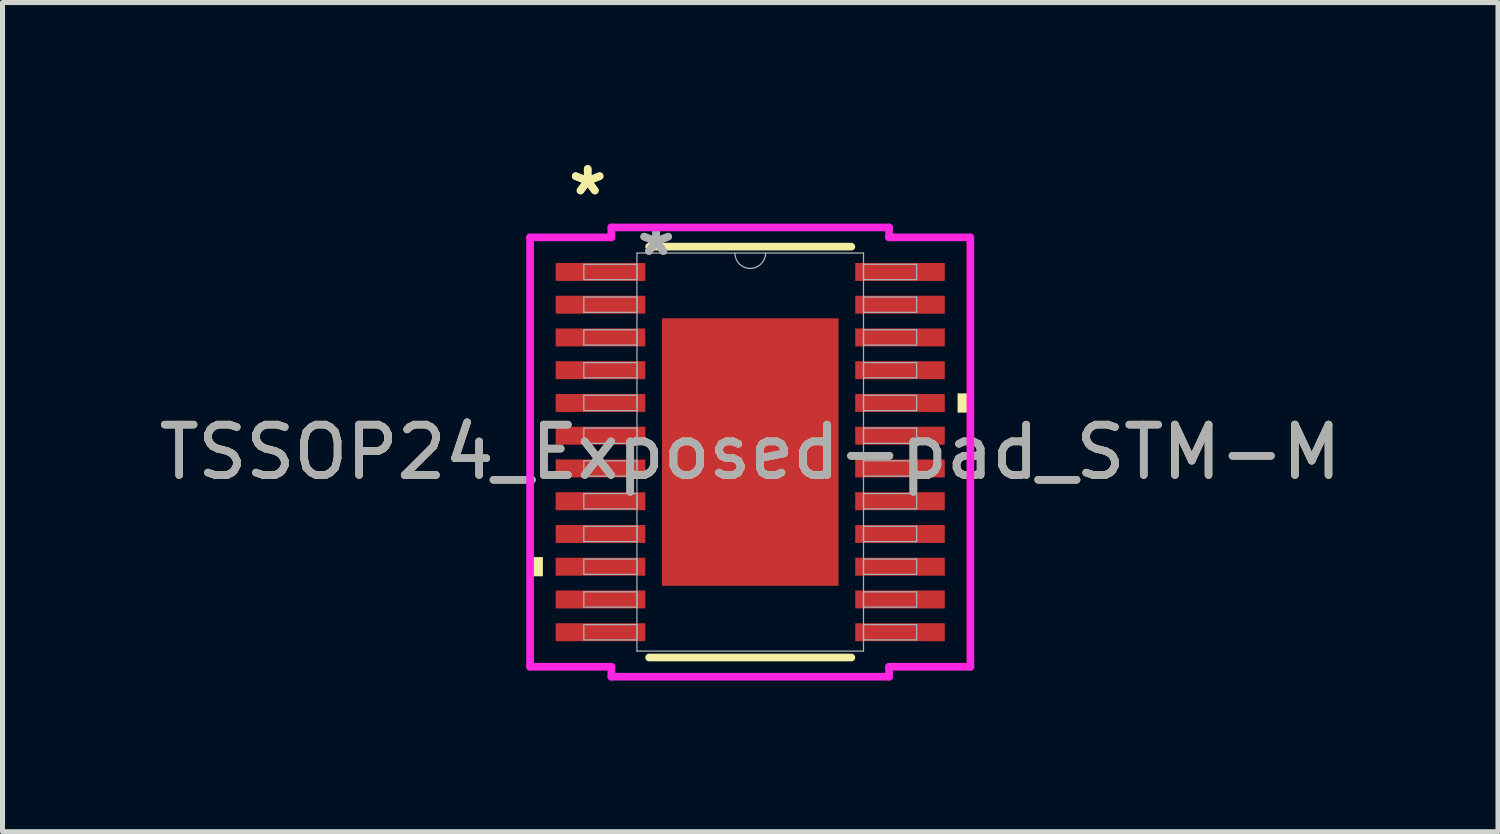
<source format=kicad_pcb>
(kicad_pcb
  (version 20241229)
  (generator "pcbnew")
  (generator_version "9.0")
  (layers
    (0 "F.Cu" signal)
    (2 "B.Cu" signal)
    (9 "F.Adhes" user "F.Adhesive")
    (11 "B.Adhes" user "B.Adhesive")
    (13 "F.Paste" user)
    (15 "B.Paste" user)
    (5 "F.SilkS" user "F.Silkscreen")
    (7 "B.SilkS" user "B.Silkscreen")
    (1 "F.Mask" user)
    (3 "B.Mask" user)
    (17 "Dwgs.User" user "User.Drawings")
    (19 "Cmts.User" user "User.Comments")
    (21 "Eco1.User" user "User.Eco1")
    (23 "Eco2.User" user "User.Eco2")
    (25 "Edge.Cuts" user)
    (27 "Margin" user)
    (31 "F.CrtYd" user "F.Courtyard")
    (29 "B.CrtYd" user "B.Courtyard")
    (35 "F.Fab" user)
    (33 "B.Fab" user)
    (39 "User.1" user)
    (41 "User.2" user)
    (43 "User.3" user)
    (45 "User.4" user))
  (footprint "TSSOP24_Exposed-pad_STM-M"
    (layer "F.Cu")
    (at 11.839 5.922)
    (property "Reference" "TSSOP24_Exposed-pad_STM-M" (at 0 0 0) (unlocked yes) (layer "F.SilkS") (effects (font (size 1 1) (thickness 0.15))))
    (attr smd)
    (fp_line (start -2.007 4.077) (end 2.007 4.077) (stroke (width 0.152) (type solid)) (layer "F.SilkS"))
    (fp_line (start 2.007 -4.077) (end -2.007 -4.077) (stroke (width 0.152) (type solid)) (layer "F.SilkS"))
    (fp_poly (pts (xy -4.369 2.084) (xy -4.369 2.465) (xy -4.115 2.465) (xy -4.115 2.084)) (stroke (width 0) (type solid)) (fill yes) (layer "F.SilkS"))
    (fp_poly (pts (xy 4.369 -1.165) (xy 4.369 -0.784) (xy 4.115 -0.784) (xy 4.115 -1.165)) (stroke (width 0) (type solid)) (fill yes) (layer "F.SilkS"))
    (fp_poly (pts (xy -1.653 -2.554) (xy -1.653 -1.427) (xy -0.1 -1.427) (xy -0.1 -2.554)) (stroke (width 0) (type solid)) (fill yes) (layer "F.Paste"))
    (fp_poly (pts (xy -1.653 -1.227) (xy -1.653 -0.1) (xy -0.1 -0.1) (xy -0.1 -1.227)) (stroke (width 0) (type solid)) (fill yes) (layer "F.Paste"))
    (fp_poly (pts (xy -1.653 0.1) (xy -1.653 1.227) (xy -0.1 1.227) (xy -0.1 0.1)) (stroke (width 0) (type solid)) (fill yes) (layer "F.Paste"))
    (fp_poly (pts (xy -1.653 1.427) (xy -1.653 2.554) (xy -0.1 2.554) (xy -0.1 1.427)) (stroke (width 0) (type solid)) (fill yes) (layer "F.Paste"))
    (fp_poly (pts (xy 0.1 -2.554) (xy 0.1 -1.427) (xy 1.653 -1.427) (xy 1.653 -2.554)) (stroke (width 0) (type solid)) (fill yes) (layer "F.Paste"))
    (fp_poly (pts (xy 0.1 -1.227) (xy 0.1 -0.1) (xy 1.653 -0.1) (xy 1.653 -1.227)) (stroke (width 0) (type solid)) (fill yes) (layer "F.Paste"))
    (fp_poly (pts (xy 0.1 0.1) (xy 0.1 1.227) (xy 1.653 1.227) (xy 1.653 0.1)) (stroke (width 0) (type solid)) (fill yes) (layer "F.Paste"))
    (fp_poly (pts (xy 0.1 1.427) (xy 0.1 2.554) (xy 1.653 2.554) (xy 1.653 1.427)) (stroke (width 0) (type solid)) (fill yes) (layer "F.Paste"))
    (fp_line (start -4.369 -4.261) (end -2.756 -4.261) (stroke (width 0.152) (type solid)) (layer "F.CrtYd"))
    (fp_line (start -4.369 4.261) (end -4.369 -4.261) (stroke (width 0.152) (type solid)) (layer "F.CrtYd"))
    (fp_line (start -4.369 4.261) (end -2.756 4.261) (stroke (width 0.152) (type solid)) (layer "F.CrtYd"))
    (fp_line (start -2.756 -4.458) (end 2.756 -4.458) (stroke (width 0.152) (type solid)) (layer "F.CrtYd"))
    (fp_line (start -2.756 -4.261) (end -2.756 -4.458) (stroke (width 0.152) (type solid)) (layer "F.CrtYd"))
    (fp_line (start -2.756 4.458) (end -2.756 4.261) (stroke (width 0.152) (type solid)) (layer "F.CrtYd"))
    (fp_line (start 2.756 -4.458) (end 2.756 -4.261) (stroke (width 0.152) (type solid)) (layer "F.CrtYd"))
    (fp_line (start 2.756 4.261) (end 2.756 4.458) (stroke (width 0.152) (type solid)) (layer "F.CrtYd"))
    (fp_line (start 2.756 4.458) (end -2.756 4.458) (stroke (width 0.152) (type solid)) (layer "F.CrtYd"))
    (fp_line (start 4.369 -4.261) (end 2.756 -4.261) (stroke (width 0.152) (type solid)) (layer "F.CrtYd"))
    (fp_line (start 4.369 -4.261) (end 4.369 4.261) (stroke (width 0.152) (type solid)) (layer "F.CrtYd"))
    (fp_line (start 4.369 4.261) (end 2.756 4.261) (stroke (width 0.152) (type solid)) (layer "F.CrtYd"))
    (fp_line (start -3.302 -3.727) (end -3.302 -3.423) (stroke (width 0.025) (type solid)) (layer "F.Fab"))
    (fp_line (start -3.302 -3.423) (end -2.248 -3.423) (stroke (width 0.025) (type solid)) (layer "F.Fab"))
    (fp_line (start -3.302 -3.077) (end -3.302 -2.773) (stroke (width 0.025) (type solid)) (layer "F.Fab"))
    (fp_line (start -3.302 -2.773) (end -2.248 -2.773) (stroke (width 0.025) (type solid)) (layer "F.Fab"))
    (fp_line (start -3.302 -2.427) (end -3.302 -2.123) (stroke (width 0.025) (type solid)) (layer "F.Fab"))
    (fp_line (start -3.302 -2.123) (end -2.248 -2.123) (stroke (width 0.025) (type solid)) (layer "F.Fab"))
    (fp_line (start -3.302 -1.777) (end -3.302 -1.473) (stroke (width 0.025) (type solid)) (layer "F.Fab"))
    (fp_line (start -3.302 -1.473) (end -2.248 -1.473) (stroke (width 0.025) (type solid)) (layer "F.Fab"))
    (fp_line (start -3.302 -1.127) (end -3.302 -0.823) (stroke (width 0.025) (type solid)) (layer "F.Fab"))
    (fp_line (start -3.302 -0.823) (end -2.248 -0.823) (stroke (width 0.025) (type solid)) (layer "F.Fab"))
    (fp_line (start -3.302 -0.477) (end -3.302 -0.173) (stroke (width 0.025) (type solid)) (layer "F.Fab"))
    (fp_line (start -3.302 -0.173) (end -2.248 -0.173) (stroke (width 0.025) (type solid)) (layer "F.Fab"))
    (fp_line (start -3.302 0.173) (end -3.302 0.477) (stroke (width 0.025) (type solid)) (layer "F.Fab"))
    (fp_line (start -3.302 0.477) (end -2.248 0.477) (stroke (width 0.025) (type solid)) (layer "F.Fab"))
    (fp_line (start -3.302 0.823) (end -3.302 1.127) (stroke (width 0.025) (type solid)) (layer "F.Fab"))
    (fp_line (start -3.302 1.127) (end -2.248 1.127) (stroke (width 0.025) (type solid)) (layer "F.Fab"))
    (fp_line (start -3.302 1.473) (end -3.302 1.777) (stroke (width 0.025) (type solid)) (layer "F.Fab"))
    (fp_line (start -3.302 1.777) (end -2.248 1.777) (stroke (width 0.025) (type solid)) (layer "F.Fab"))
    (fp_line (start -3.302 2.123) (end -3.302 2.427) (stroke (width 0.025) (type solid)) (layer "F.Fab"))
    (fp_line (start -3.302 2.427) (end -2.248 2.427) (stroke (width 0.025) (type solid)) (layer "F.Fab"))
    (fp_line (start -3.302 2.773) (end -3.302 3.077) (stroke (width 0.025) (type solid)) (layer "F.Fab"))
    (fp_line (start -3.302 3.077) (end -2.248 3.077) (stroke (width 0.025) (type solid)) (layer "F.Fab"))
    (fp_line (start -3.302 3.423) (end -3.302 3.727) (stroke (width 0.025) (type solid)) (layer "F.Fab"))
    (fp_line (start -3.302 3.727) (end -2.248 3.727) (stroke (width 0.025) (type solid)) (layer "F.Fab"))
    (fp_line (start -2.248 -3.95) (end -2.248 3.95) (stroke (width 0.025) (type solid)) (layer "F.Fab"))
    (fp_line (start -2.248 -3.727) (end -3.302 -3.727) (stroke (width 0.025) (type solid)) (layer "F.Fab"))
    (fp_line (start -2.248 -3.423) (end -2.248 -3.727) (stroke (width 0.025) (type solid)) (layer "F.Fab"))
    (fp_line (start -2.248 -3.077) (end -3.302 -3.077) (stroke (width 0.025) (type solid)) (layer "F.Fab"))
    (fp_line (start -2.248 -2.773) (end -2.248 -3.077) (stroke (width 0.025) (type solid)) (layer "F.Fab"))
    (fp_line (start -2.248 -2.427) (end -3.302 -2.427) (stroke (width 0.025) (type solid)) (layer "F.Fab"))
    (fp_line (start -2.248 -2.123) (end -2.248 -2.427) (stroke (width 0.025) (type solid)) (layer "F.Fab"))
    (fp_line (start -2.248 -1.777) (end -3.302 -1.777) (stroke (width 0.025) (type solid)) (layer "F.Fab"))
    (fp_line (start -2.248 -1.473) (end -2.248 -1.777) (stroke (width 0.025) (type solid)) (layer "F.Fab"))
    (fp_line (start -2.248 -1.127) (end -3.302 -1.127) (stroke (width 0.025) (type solid)) (layer "F.Fab"))
    (fp_line (start -2.248 -0.823) (end -2.248 -1.127) (stroke (width 0.025) (type solid)) (layer "F.Fab"))
    (fp_line (start -2.248 -0.477) (end -3.302 -0.477) (stroke (width 0.025) (type solid)) (layer "F.Fab"))
    (fp_line (start -2.248 -0.173) (end -2.248 -0.477) (stroke (width 0.025) (type solid)) (layer "F.Fab"))
    (fp_line (start -2.248 0.173) (end -3.302 0.173) (stroke (width 0.025) (type solid)) (layer "F.Fab"))
    (fp_line (start -2.248 0.477) (end -2.248 0.173) (stroke (width 0.025) (type solid)) (layer "F.Fab"))
    (fp_line (start -2.248 0.823) (end -3.302 0.823) (stroke (width 0.025) (type solid)) (layer "F.Fab"))
    (fp_line (start -2.248 1.127) (end -2.248 0.823) (stroke (width 0.025) (type solid)) (layer "F.Fab"))
    (fp_line (start -2.248 1.473) (end -3.302 1.473) (stroke (width 0.025) (type solid)) (layer "F.Fab"))
    (fp_line (start -2.248 1.777) (end -2.248 1.473) (stroke (width 0.025) (type solid)) (layer "F.Fab"))
    (fp_line (start -2.248 2.123) (end -3.302 2.123) (stroke (width 0.025) (type solid)) (layer "F.Fab"))
    (fp_line (start -2.248 2.427) (end -2.248 2.123) (stroke (width 0.025) (type solid)) (layer "F.Fab"))
    (fp_line (start -2.248 2.773) (end -3.302 2.773) (stroke (width 0.025) (type solid)) (layer "F.Fab"))
    (fp_line (start -2.248 3.077) (end -2.248 2.773) (stroke (width 0.025) (type solid)) (layer "F.Fab"))
    (fp_line (start -2.248 3.423) (end -3.302 3.423) (stroke (width 0.025) (type solid)) (layer "F.Fab"))
    (fp_line (start -2.248 3.727) (end -2.248 3.423) (stroke (width 0.025) (type solid)) (layer "F.Fab"))
    (fp_line (start -2.248 3.95) (end 2.248 3.95) (stroke (width 0.025) (type solid)) (layer "F.Fab"))
    (fp_line (start 2.248 -3.95) (end -2.248 -3.95) (stroke (width 0.025) (type solid)) (layer "F.Fab"))
    (fp_line (start 2.248 -3.727) (end 2.248 -3.423) (stroke (width 0.025) (type solid)) (layer "F.Fab"))
    (fp_line (start 2.248 -3.423) (end 3.302 -3.423) (stroke (width 0.025) (type solid)) (layer "F.Fab"))
    (fp_line (start 2.248 -3.077) (end 2.248 -2.773) (stroke (width 0.025) (type solid)) (layer "F.Fab"))
    (fp_line (start 2.248 -2.773) (end 3.302 -2.773) (stroke (width 0.025) (type solid)) (layer "F.Fab"))
    (fp_line (start 2.248 -2.427) (end 2.248 -2.123) (stroke (width 0.025) (type solid)) (layer "F.Fab"))
    (fp_line (start 2.248 -2.123) (end 3.302 -2.123) (stroke (width 0.025) (type solid)) (layer "F.Fab"))
    (fp_line (start 2.248 -1.777) (end 2.248 -1.473) (stroke (width 0.025) (type solid)) (layer "F.Fab"))
    (fp_line (start 2.248 -1.473) (end 3.302 -1.473) (stroke (width 0.025) (type solid)) (layer "F.Fab"))
    (fp_line (start 2.248 -1.127) (end 2.248 -0.823) (stroke (width 0.025) (type solid)) (layer "F.Fab"))
    (fp_line (start 2.248 -0.823) (end 3.302 -0.823) (stroke (width 0.025) (type solid)) (layer "F.Fab"))
    (fp_line (start 2.248 -0.477) (end 2.248 -0.173) (stroke (width 0.025) (type solid)) (layer "F.Fab"))
    (fp_line (start 2.248 -0.173) (end 3.302 -0.173) (stroke (width 0.025) (type solid)) (layer "F.Fab"))
    (fp_line (start 2.248 0.173) (end 2.248 0.477) (stroke (width 0.025) (type solid)) (layer "F.Fab"))
    (fp_line (start 2.248 0.477) (end 3.302 0.477) (stroke (width 0.025) (type solid)) (layer "F.Fab"))
    (fp_line (start 2.248 0.823) (end 2.248 1.127) (stroke (width 0.025) (type solid)) (layer "F.Fab"))
    (fp_line (start 2.248 1.127) (end 3.302 1.127) (stroke (width 0.025) (type solid)) (layer "F.Fab"))
    (fp_line (start 2.248 1.473) (end 2.248 1.777) (stroke (width 0.025) (type solid)) (layer "F.Fab"))
    (fp_line (start 2.248 1.777) (end 3.302 1.777) (stroke (width 0.025) (type solid)) (layer "F.Fab"))
    (fp_line (start 2.248 2.123) (end 2.248 2.427) (stroke (width 0.025) (type solid)) (layer "F.Fab"))
    (fp_line (start 2.248 2.427) (end 3.302 2.427) (stroke (width 0.025) (type solid)) (layer "F.Fab"))
    (fp_line (start 2.248 2.773) (end 2.248 3.077) (stroke (width 0.025) (type solid)) (layer "F.Fab"))
    (fp_line (start 2.248 3.077) (end 3.302 3.077) (stroke (width 0.025) (type solid)) (layer "F.Fab"))
    (fp_line (start 2.248 3.423) (end 2.248 3.727) (stroke (width 0.025) (type solid)) (layer "F.Fab"))
    (fp_line (start 2.248 3.727) (end 3.302 3.727) (stroke (width 0.025) (type solid)) (layer "F.Fab"))
    (fp_line (start 2.248 3.95) (end 2.248 -3.95) (stroke (width 0.025) (type solid)) (layer "F.Fab"))
    (fp_line (start 3.302 -3.727) (end 2.248 -3.727) (stroke (width 0.025) (type solid)) (layer "F.Fab"))
    (fp_line (start 3.302 -3.423) (end 3.302 -3.727) (stroke (width 0.025) (type solid)) (layer "F.Fab"))
    (fp_line (start 3.302 -3.077) (end 2.248 -3.077) (stroke (width 0.025) (type solid)) (layer "F.Fab"))
    (fp_line (start 3.302 -2.773) (end 3.302 -3.077) (stroke (width 0.025) (type solid)) (layer "F.Fab"))
    (fp_line (start 3.302 -2.427) (end 2.248 -2.427) (stroke (width 0.025) (type solid)) (layer "F.Fab"))
    (fp_line (start 3.302 -2.123) (end 3.302 -2.427) (stroke (width 0.025) (type solid)) (layer "F.Fab"))
    (fp_line (start 3.302 -1.777) (end 2.248 -1.777) (stroke (width 0.025) (type solid)) (layer "F.Fab"))
    (fp_line (start 3.302 -1.473) (end 3.302 -1.777) (stroke (width 0.025) (type solid)) (layer "F.Fab"))
    (fp_line (start 3.302 -1.127) (end 2.248 -1.127) (stroke (width 0.025) (type solid)) (layer "F.Fab"))
    (fp_line (start 3.302 -0.823) (end 3.302 -1.127) (stroke (width 0.025) (type solid)) (layer "F.Fab"))
    (fp_line (start 3.302 -0.477) (end 2.248 -0.477) (stroke (width 0.025) (type solid)) (layer "F.Fab"))
    (fp_line (start 3.302 -0.173) (end 3.302 -0.477) (stroke (width 0.025) (type solid)) (layer "F.Fab"))
    (fp_line (start 3.302 0.173) (end 2.248 0.173) (stroke (width 0.025) (type solid)) (layer "F.Fab"))
    (fp_line (start 3.302 0.477) (end 3.302 0.173) (stroke (width 0.025) (type solid)) (layer "F.Fab"))
    (fp_line (start 3.302 0.823) (end 2.248 0.823) (stroke (width 0.025) (type solid)) (layer "F.Fab"))
    (fp_line (start 3.302 1.127) (end 3.302 0.823) (stroke (width 0.025) (type solid)) (layer "F.Fab"))
    (fp_line (start 3.302 1.473) (end 2.248 1.473) (stroke (width 0.025) (type solid)) (layer "F.Fab"))
    (fp_line (start 3.302 1.777) (end 3.302 1.473) (stroke (width 0.025) (type solid)) (layer "F.Fab"))
    (fp_line (start 3.302 2.123) (end 2.248 2.123) (stroke (width 0.025) (type solid)) (layer "F.Fab"))
    (fp_line (start 3.302 2.427) (end 3.302 2.123) (stroke (width 0.025) (type solid)) (layer "F.Fab"))
    (fp_line (start 3.302 2.773) (end 2.248 2.773) (stroke (width 0.025) (type solid)) (layer "F.Fab"))
    (fp_line (start 3.302 3.077) (end 3.302 2.773) (stroke (width 0.025) (type solid)) (layer "F.Fab"))
    (fp_line (start 3.302 3.423) (end 2.248 3.423) (stroke (width 0.025) (type solid)) (layer "F.Fab"))
    (fp_line (start 3.302 3.727) (end 3.302 3.423) (stroke (width 0.025) (type solid)) (layer "F.Fab"))
    (fp_arc (start 0.3048 -3.9497) (mid 0 -3.6449) (end -0.3048 -3.9497) (stroke (width 0.0254) (type solid)) (layer "F.Fab"))
    (fp_text user "*" (at -3.226 -5.074 0) (layer "F.SilkS") (effects (font (size 1 1) (thickness 0.15))))
    (fp_text user "*" (at -3.226 -5.074 0) (unlocked yes) (layer "F.SilkS") (effects (font (size 1 1) (thickness 0.15))))
    (fp_text user "${REFERENCE}" (at 0 0 0) (unlocked yes) (layer "F.Fab") (effects (font (size 1 1) (thickness 0.15))))
    (fp_text user "*" (at -1.867 -3.873 0) (unlocked yes) (layer "F.Fab") (effects (font (size 1 1) (thickness 0.15))))
    (fp_text user "*" (at -1.867 -3.873 0) (layer "F.Fab") (effects (font (size 1 1) (thickness 0.15))))
    (pad "1" smd rect (at -2.972 -3.575) (size 1.778 0.356) (layers "F.Cu" "F.Mask" "F.Paste"))
    (pad "2" smd rect (at -2.972 -2.925) (size 1.778 0.356) (layers "F.Cu" "F.Mask" "F.Paste"))
    (pad "3" smd rect (at -2.972 -2.275) (size 1.778 0.356) (layers "F.Cu" "F.Mask" "F.Paste"))
    (pad "4" smd rect (at -2.972 -1.625) (size 1.778 0.356) (layers "F.Cu" "F.Mask" "F.Paste"))
    (pad "5" smd rect (at -2.972 -0.975) (size 1.778 0.356) (layers "F.Cu" "F.Mask" "F.Paste"))
    (pad "6" smd rect (at -2.972 -0.325) (size 1.778 0.356) (layers "F.Cu" "F.Mask" "F.Paste"))
    (pad "7" smd rect (at -2.972 0.325) (size 1.778 0.356) (layers "F.Cu" "F.Mask" "F.Paste"))
    (pad "8" smd rect (at -2.972 0.975) (size 1.778 0.356) (layers "F.Cu" "F.Mask" "F.Paste"))
    (pad "9" smd rect (at -2.972 1.625) (size 1.778 0.356) (layers "F.Cu" "F.Mask" "F.Paste"))
    (pad "10" smd rect (at -2.972 2.275) (size 1.778 0.356) (layers "F.Cu" "F.Mask" "F.Paste"))
    (pad "11" smd rect (at -2.972 2.925) (size 1.778 0.356) (layers "F.Cu" "F.Mask" "F.Paste"))
    (pad "12" smd rect (at -2.972 3.575) (size 1.778 0.356) (layers "F.Cu" "F.Mask" "F.Paste"))
    (pad "13" smd rect (at 2.972 3.575) (size 1.778 0.356) (layers "F.Cu" "F.Mask" "F.Paste"))
    (pad "14" smd rect (at 2.972 2.925) (size 1.778 0.356) (layers "F.Cu" "F.Mask" "F.Paste"))
    (pad "15" smd rect (at 2.972 2.275) (size 1.778 0.356) (layers "F.Cu" "F.Mask" "F.Paste"))
    (pad "16" smd rect (at 2.972 1.625) (size 1.778 0.356) (layers "F.Cu" "F.Mask" "F.Paste"))
    (pad "17" smd rect (at 2.972 0.975) (size 1.778 0.356) (layers "F.Cu" "F.Mask" "F.Paste"))
    (pad "18" smd rect (at 2.972 0.325) (size 1.778 0.356) (layers "F.Cu" "F.Mask" "F.Paste"))
    (pad "19" smd rect (at 2.972 -0.325) (size 1.778 0.356) (layers "F.Cu" "F.Mask" "F.Paste"))
    (pad "20" smd rect (at 2.972 -0.975) (size 1.778 0.356) (layers "F.Cu" "F.Mask" "F.Paste"))
    (pad "21" smd rect (at 2.972 -1.625) (size 1.778 0.356) (layers "F.Cu" "F.Mask" "F.Paste"))
    (pad "22" smd rect (at 2.972 -2.275) (size 1.778 0.356) (layers "F.Cu" "F.Mask" "F.Paste"))
    (pad "23" smd rect (at 2.972 -2.925) (size 1.778 0.356) (layers "F.Cu" "F.Mask" "F.Paste"))
    (pad "24" smd rect (at 2.972 -3.575) (size 1.778 0.356) (layers "F.Cu" "F.Mask" "F.Paste"))
    (pad "EPAD" smd rect (at 0 0) (size 3.505 5.309) (layers "F.Cu" "F.Mask")))
  (gr_rect
    (start -3 -3)
    (end 26.679 13.456)
    (stroke (width 0.1) (type default))
    (fill no)
    (layer "Edge.Cuts")))
</source>
